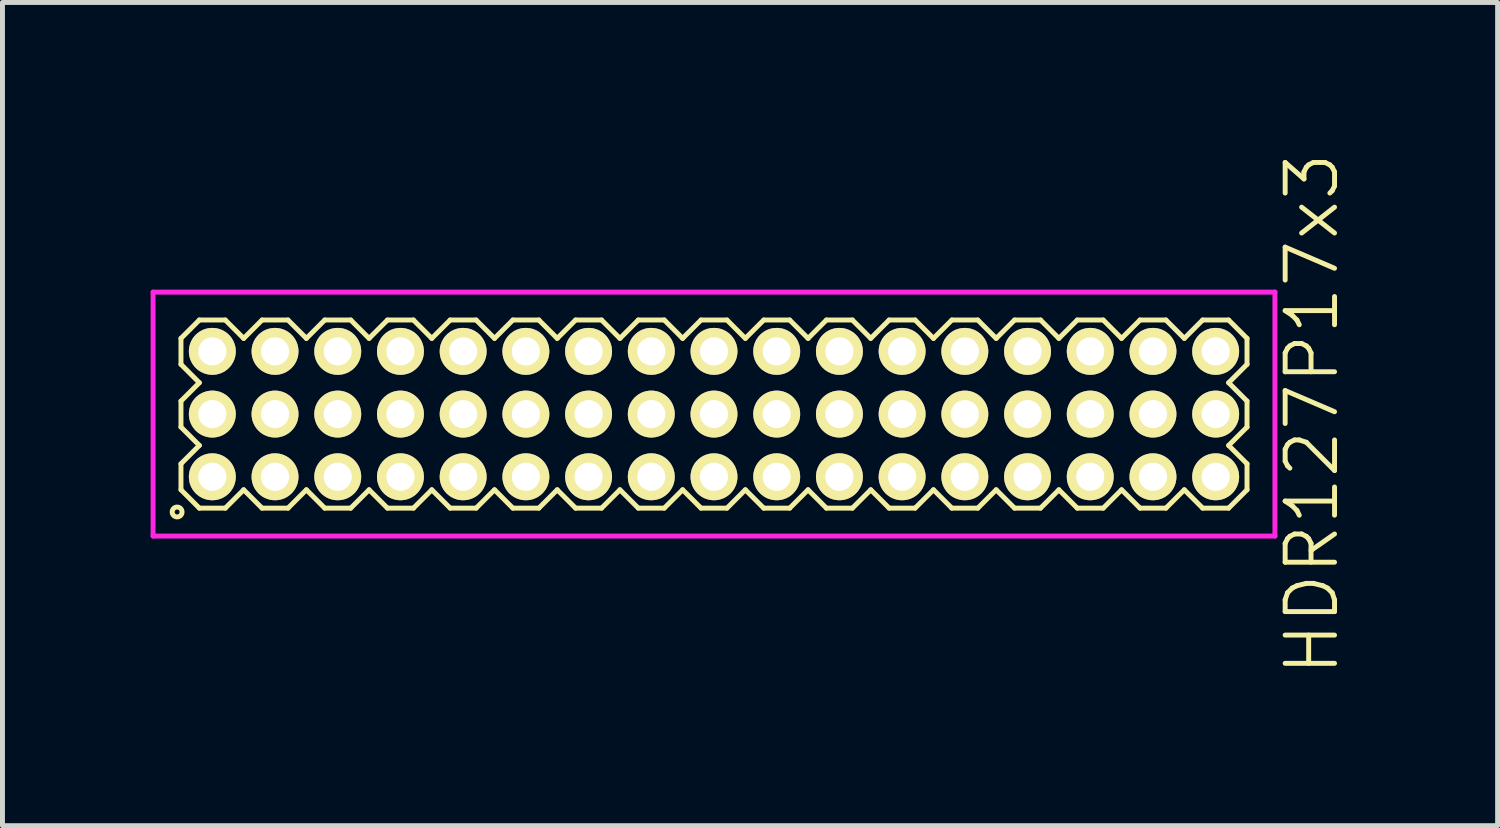
<source format=kicad_pcb>
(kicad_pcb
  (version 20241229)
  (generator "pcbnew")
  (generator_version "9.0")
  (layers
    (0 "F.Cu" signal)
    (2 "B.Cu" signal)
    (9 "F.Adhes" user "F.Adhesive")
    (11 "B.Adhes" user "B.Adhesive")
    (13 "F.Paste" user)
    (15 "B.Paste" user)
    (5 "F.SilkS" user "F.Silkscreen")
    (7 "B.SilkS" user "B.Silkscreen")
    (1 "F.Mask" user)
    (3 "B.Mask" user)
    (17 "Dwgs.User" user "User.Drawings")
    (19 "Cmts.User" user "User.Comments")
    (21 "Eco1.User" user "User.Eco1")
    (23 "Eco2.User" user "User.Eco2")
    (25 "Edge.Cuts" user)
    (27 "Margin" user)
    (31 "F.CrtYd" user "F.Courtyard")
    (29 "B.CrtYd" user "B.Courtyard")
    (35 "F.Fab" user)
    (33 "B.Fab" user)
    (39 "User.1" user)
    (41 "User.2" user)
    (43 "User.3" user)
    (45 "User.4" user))
  (footprint "HDR127P17x3"
    (layer "F.Cu")
    (at 11.41 5.336)
    (property "Reference" "HDR127P17x3" (at 12.11 0 90) (layer "F.SilkS") (effects (font (size 1 1) (thickness 0.1))))
    (attr through_hole)
    (fp_line (start -10.795 -1.533) (end -10.423 -1.905) (stroke (width 0.1) (type solid)) (layer "F.SilkS"))
    (fp_line (start -10.795 -1.007) (end -10.795 -1.533) (stroke (width 0.1) (type solid)) (layer "F.SilkS"))
    (fp_line (start -10.795 -0.263) (end -10.423 -0.635) (stroke (width 0.1) (type solid)) (layer "F.SilkS"))
    (fp_line (start -10.795 0.263) (end -10.795 -0.263) (stroke (width 0.1) (type solid)) (layer "F.SilkS"))
    (fp_line (start -10.795 1.007) (end -10.423 0.635) (stroke (width 0.1) (type solid)) (layer "F.SilkS"))
    (fp_line (start -10.795 1.533) (end -10.795 1.007) (stroke (width 0.1) (type solid)) (layer "F.SilkS"))
    (fp_line (start -10.423 -1.905) (end -9.897 -1.905) (stroke (width 0.1) (type solid)) (layer "F.SilkS"))
    (fp_line (start -10.423 -0.635) (end -10.795 -1.007) (stroke (width 0.1) (type solid)) (layer "F.SilkS"))
    (fp_line (start -10.423 0.635) (end -10.795 0.263) (stroke (width 0.1) (type solid)) (layer "F.SilkS"))
    (fp_line (start -10.423 1.905) (end -10.795 1.533) (stroke (width 0.1) (type solid)) (layer "F.SilkS"))
    (fp_line (start -9.897 -1.905) (end -9.525 -1.533) (stroke (width 0.1) (type solid)) (layer "F.SilkS"))
    (fp_line (start -9.897 1.905) (end -10.423 1.905) (stroke (width 0.1) (type solid)) (layer "F.SilkS"))
    (fp_line (start -9.525 -1.533) (end -9.153 -1.905) (stroke (width 0.1) (type solid)) (layer "F.SilkS"))
    (fp_line (start -9.525 1.533) (end -9.897 1.905) (stroke (width 0.1) (type solid)) (layer "F.SilkS"))
    (fp_line (start -9.153 -1.905) (end -8.627 -1.905) (stroke (width 0.1) (type solid)) (layer "F.SilkS"))
    (fp_line (start -9.153 1.905) (end -9.525 1.533) (stroke (width 0.1) (type solid)) (layer "F.SilkS"))
    (fp_line (start -8.627 -1.905) (end -8.255 -1.533) (stroke (width 0.1) (type solid)) (layer "F.SilkS"))
    (fp_line (start -8.627 1.905) (end -9.153 1.905) (stroke (width 0.1) (type solid)) (layer "F.SilkS"))
    (fp_line (start -8.255 -1.533) (end -7.883 -1.905) (stroke (width 0.1) (type solid)) (layer "F.SilkS"))
    (fp_line (start -8.255 1.533) (end -8.627 1.905) (stroke (width 0.1) (type solid)) (layer "F.SilkS"))
    (fp_line (start -7.883 -1.905) (end -7.357 -1.905) (stroke (width 0.1) (type solid)) (layer "F.SilkS"))
    (fp_line (start -7.883 1.905) (end -8.255 1.533) (stroke (width 0.1) (type solid)) (layer "F.SilkS"))
    (fp_line (start -7.357 -1.905) (end -6.985 -1.533) (stroke (width 0.1) (type solid)) (layer "F.SilkS"))
    (fp_line (start -7.357 1.905) (end -7.883 1.905) (stroke (width 0.1) (type solid)) (layer "F.SilkS"))
    (fp_line (start -6.985 -1.533) (end -6.613 -1.905) (stroke (width 0.1) (type solid)) (layer "F.SilkS"))
    (fp_line (start -6.985 1.533) (end -7.357 1.905) (stroke (width 0.1) (type solid)) (layer "F.SilkS"))
    (fp_line (start -6.613 -1.905) (end -6.087 -1.905) (stroke (width 0.1) (type solid)) (layer "F.SilkS"))
    (fp_line (start -6.613 1.905) (end -6.985 1.533) (stroke (width 0.1) (type solid)) (layer "F.SilkS"))
    (fp_line (start -6.087 -1.905) (end -5.715 -1.533) (stroke (width 0.1) (type solid)) (layer "F.SilkS"))
    (fp_line (start -6.087 1.905) (end -6.613 1.905) (stroke (width 0.1) (type solid)) (layer "F.SilkS"))
    (fp_line (start -5.715 -1.533) (end -5.343 -1.905) (stroke (width 0.1) (type solid)) (layer "F.SilkS"))
    (fp_line (start -5.715 1.533) (end -6.087 1.905) (stroke (width 0.1) (type solid)) (layer "F.SilkS"))
    (fp_line (start -5.343 -1.905) (end -4.817 -1.905) (stroke (width 0.1) (type solid)) (layer "F.SilkS"))
    (fp_line (start -5.343 1.905) (end -5.715 1.533) (stroke (width 0.1) (type solid)) (layer "F.SilkS"))
    (fp_line (start -4.817 -1.905) (end -4.445 -1.533) (stroke (width 0.1) (type solid)) (layer "F.SilkS"))
    (fp_line (start -4.817 1.905) (end -5.343 1.905) (stroke (width 0.1) (type solid)) (layer "F.SilkS"))
    (fp_line (start -4.445 -1.533) (end -4.073 -1.905) (stroke (width 0.1) (type solid)) (layer "F.SilkS"))
    (fp_line (start -4.445 1.533) (end -4.817 1.905) (stroke (width 0.1) (type solid)) (layer "F.SilkS"))
    (fp_line (start -4.073 -1.905) (end -3.547 -1.905) (stroke (width 0.1) (type solid)) (layer "F.SilkS"))
    (fp_line (start -4.073 1.905) (end -4.445 1.533) (stroke (width 0.1) (type solid)) (layer "F.SilkS"))
    (fp_line (start -3.547 -1.905) (end -3.175 -1.533) (stroke (width 0.1) (type solid)) (layer "F.SilkS"))
    (fp_line (start -3.547 1.905) (end -4.073 1.905) (stroke (width 0.1) (type solid)) (layer "F.SilkS"))
    (fp_line (start -3.175 -1.533) (end -2.803 -1.905) (stroke (width 0.1) (type solid)) (layer "F.SilkS"))
    (fp_line (start -3.175 1.533) (end -3.547 1.905) (stroke (width 0.1) (type solid)) (layer "F.SilkS"))
    (fp_line (start -2.803 -1.905) (end -2.277 -1.905) (stroke (width 0.1) (type solid)) (layer "F.SilkS"))
    (fp_line (start -2.803 1.905) (end -3.175 1.533) (stroke (width 0.1) (type solid)) (layer "F.SilkS"))
    (fp_line (start -2.277 -1.905) (end -1.905 -1.533) (stroke (width 0.1) (type solid)) (layer "F.SilkS"))
    (fp_line (start -2.277 1.905) (end -2.803 1.905) (stroke (width 0.1) (type solid)) (layer "F.SilkS"))
    (fp_line (start -1.905 -1.533) (end -1.533 -1.905) (stroke (width 0.1) (type solid)) (layer "F.SilkS"))
    (fp_line (start -1.905 1.533) (end -2.277 1.905) (stroke (width 0.1) (type solid)) (layer "F.SilkS"))
    (fp_line (start -1.533 -1.905) (end -1.007 -1.905) (stroke (width 0.1) (type solid)) (layer "F.SilkS"))
    (fp_line (start -1.533 1.905) (end -1.905 1.533) (stroke (width 0.1) (type solid)) (layer "F.SilkS"))
    (fp_line (start -1.007 -1.905) (end -0.635 -1.533) (stroke (width 0.1) (type solid)) (layer "F.SilkS"))
    (fp_line (start -1.007 1.905) (end -1.533 1.905) (stroke (width 0.1) (type solid)) (layer "F.SilkS"))
    (fp_line (start -0.635 -1.533) (end -0.263 -1.905) (stroke (width 0.1) (type solid)) (layer "F.SilkS"))
    (fp_line (start -0.635 1.533) (end -1.007 1.905) (stroke (width 0.1) (type solid)) (layer "F.SilkS"))
    (fp_line (start -0.263 -1.905) (end 0.263 -1.905) (stroke (width 0.1) (type solid)) (layer "F.SilkS"))
    (fp_line (start -0.263 1.905) (end -0.635 1.533) (stroke (width 0.1) (type solid)) (layer "F.SilkS"))
    (fp_line (start 0.263 -1.905) (end 0.635 -1.533) (stroke (width 0.1) (type solid)) (layer "F.SilkS"))
    (fp_line (start 0.263 1.905) (end -0.263 1.905) (stroke (width 0.1) (type solid)) (layer "F.SilkS"))
    (fp_line (start 0.635 -1.533) (end 1.007 -1.905) (stroke (width 0.1) (type solid)) (layer "F.SilkS"))
    (fp_line (start 0.635 1.533) (end 0.263 1.905) (stroke (width 0.1) (type solid)) (layer "F.SilkS"))
    (fp_line (start 1.007 -1.905) (end 1.533 -1.905) (stroke (width 0.1) (type solid)) (layer "F.SilkS"))
    (fp_line (start 1.007 1.905) (end 0.635 1.533) (stroke (width 0.1) (type solid)) (layer "F.SilkS"))
    (fp_line (start 1.533 -1.905) (end 1.905 -1.533) (stroke (width 0.1) (type solid)) (layer "F.SilkS"))
    (fp_line (start 1.533 1.905) (end 1.007 1.905) (stroke (width 0.1) (type solid)) (layer "F.SilkS"))
    (fp_line (start 1.905 -1.533) (end 2.277 -1.905) (stroke (width 0.1) (type solid)) (layer "F.SilkS"))
    (fp_line (start 1.905 1.533) (end 1.533 1.905) (stroke (width 0.1) (type solid)) (layer "F.SilkS"))
    (fp_line (start 2.277 -1.905) (end 2.803 -1.905) (stroke (width 0.1) (type solid)) (layer "F.SilkS"))
    (fp_line (start 2.277 1.905) (end 1.905 1.533) (stroke (width 0.1) (type solid)) (layer "F.SilkS"))
    (fp_line (start 2.803 -1.905) (end 3.175 -1.533) (stroke (width 0.1) (type solid)) (layer "F.SilkS"))
    (fp_line (start 2.803 1.905) (end 2.277 1.905) (stroke (width 0.1) (type solid)) (layer "F.SilkS"))
    (fp_line (start 3.175 -1.533) (end 3.547 -1.905) (stroke (width 0.1) (type solid)) (layer "F.SilkS"))
    (fp_line (start 3.175 1.533) (end 2.803 1.905) (stroke (width 0.1) (type solid)) (layer "F.SilkS"))
    (fp_line (start 3.547 -1.905) (end 4.073 -1.905) (stroke (width 0.1) (type solid)) (layer "F.SilkS"))
    (fp_line (start 3.547 1.905) (end 3.175 1.533) (stroke (width 0.1) (type solid)) (layer "F.SilkS"))
    (fp_line (start 4.073 -1.905) (end 4.445 -1.533) (stroke (width 0.1) (type solid)) (layer "F.SilkS"))
    (fp_line (start 4.073 1.905) (end 3.547 1.905) (stroke (width 0.1) (type solid)) (layer "F.SilkS"))
    (fp_line (start 4.445 -1.533) (end 4.817 -1.905) (stroke (width 0.1) (type solid)) (layer "F.SilkS"))
    (fp_line (start 4.445 1.533) (end 4.073 1.905) (stroke (width 0.1) (type solid)) (layer "F.SilkS"))
    (fp_line (start 4.817 -1.905) (end 5.343 -1.905) (stroke (width 0.1) (type solid)) (layer "F.SilkS"))
    (fp_line (start 4.817 1.905) (end 4.445 1.533) (stroke (width 0.1) (type solid)) (layer "F.SilkS"))
    (fp_line (start 5.343 -1.905) (end 5.715 -1.533) (stroke (width 0.1) (type solid)) (layer "F.SilkS"))
    (fp_line (start 5.343 1.905) (end 4.817 1.905) (stroke (width 0.1) (type solid)) (layer "F.SilkS"))
    (fp_line (start 5.715 -1.533) (end 6.087 -1.905) (stroke (width 0.1) (type solid)) (layer "F.SilkS"))
    (fp_line (start 5.715 1.533) (end 5.343 1.905) (stroke (width 0.1) (type solid)) (layer "F.SilkS"))
    (fp_line (start 6.087 -1.905) (end 6.613 -1.905) (stroke (width 0.1) (type solid)) (layer "F.SilkS"))
    (fp_line (start 6.087 1.905) (end 5.715 1.533) (stroke (width 0.1) (type solid)) (layer "F.SilkS"))
    (fp_line (start 6.613 -1.905) (end 6.985 -1.533) (stroke (width 0.1) (type solid)) (layer "F.SilkS"))
    (fp_line (start 6.613 1.905) (end 6.087 1.905) (stroke (width 0.1) (type solid)) (layer "F.SilkS"))
    (fp_line (start 6.985 -1.533) (end 7.357 -1.905) (stroke (width 0.1) (type solid)) (layer "F.SilkS"))
    (fp_line (start 6.985 1.533) (end 6.613 1.905) (stroke (width 0.1) (type solid)) (layer "F.SilkS"))
    (fp_line (start 7.357 -1.905) (end 7.883 -1.905) (stroke (width 0.1) (type solid)) (layer "F.SilkS"))
    (fp_line (start 7.357 1.905) (end 6.985 1.533) (stroke (width 0.1) (type solid)) (layer "F.SilkS"))
    (fp_line (start 7.883 -1.905) (end 8.255 -1.533) (stroke (width 0.1) (type solid)) (layer "F.SilkS"))
    (fp_line (start 7.883 1.905) (end 7.357 1.905) (stroke (width 0.1) (type solid)) (layer "F.SilkS"))
    (fp_line (start 8.255 -1.533) (end 8.627 -1.905) (stroke (width 0.1) (type solid)) (layer "F.SilkS"))
    (fp_line (start 8.255 1.533) (end 7.883 1.905) (stroke (width 0.1) (type solid)) (layer "F.SilkS"))
    (fp_line (start 8.627 -1.905) (end 9.153 -1.905) (stroke (width 0.1) (type solid)) (layer "F.SilkS"))
    (fp_line (start 8.627 1.905) (end 8.255 1.533) (stroke (width 0.1) (type solid)) (layer "F.SilkS"))
    (fp_line (start 9.153 -1.905) (end 9.525 -1.533) (stroke (width 0.1) (type solid)) (layer "F.SilkS"))
    (fp_line (start 9.153 1.905) (end 8.627 1.905) (stroke (width 0.1) (type solid)) (layer "F.SilkS"))
    (fp_line (start 9.525 -1.533) (end 9.897 -1.905) (stroke (width 0.1) (type solid)) (layer "F.SilkS"))
    (fp_line (start 9.525 1.533) (end 9.153 1.905) (stroke (width 0.1) (type solid)) (layer "F.SilkS"))
    (fp_line (start 9.897 -1.905) (end 10.423 -1.905) (stroke (width 0.1) (type solid)) (layer "F.SilkS"))
    (fp_line (start 9.897 1.905) (end 9.525 1.533) (stroke (width 0.1) (type solid)) (layer "F.SilkS"))
    (fp_line (start 10.423 -1.905) (end 10.795 -1.533) (stroke (width 0.1) (type solid)) (layer "F.SilkS"))
    (fp_line (start 10.423 -0.635) (end 10.795 -0.263) (stroke (width 0.1) (type solid)) (layer "F.SilkS"))
    (fp_line (start 10.423 0.635) (end 10.795 1.007) (stroke (width 0.1) (type solid)) (layer "F.SilkS"))
    (fp_line (start 10.423 1.905) (end 9.897 1.905) (stroke (width 0.1) (type solid)) (layer "F.SilkS"))
    (fp_line (start 10.795 -1.533) (end 10.795 -1.007) (stroke (width 0.1) (type solid)) (layer "F.SilkS"))
    (fp_line (start 10.795 -1.007) (end 10.423 -0.635) (stroke (width 0.1) (type solid)) (layer "F.SilkS"))
    (fp_line (start 10.795 -0.263) (end 10.795 0.263) (stroke (width 0.1) (type solid)) (layer "F.SilkS"))
    (fp_line (start 10.795 0.263) (end 10.423 0.635) (stroke (width 0.1) (type solid)) (layer "F.SilkS"))
    (fp_line (start 10.795 1.007) (end 10.795 1.533) (stroke (width 0.1) (type solid)) (layer "F.SilkS"))
    (fp_line (start 10.795 1.533) (end 10.423 1.905) (stroke (width 0.1) (type solid)) (layer "F.SilkS"))
    (fp_circle (center -10.873 1.983) (end -10.773 1.983) (stroke (width 0.1) (type solid)) (fill no) (layer "F.SilkS"))
    (fp_line (start -11.36 -2.47) (end -11.36 2.47) (stroke (width 0.1) (type solid)) (layer "F.CrtYd"))
    (fp_line (start -11.36 2.47) (end 11.36 2.47) (stroke (width 0.1) (type solid)) (layer "F.CrtYd"))
    (fp_line (start 11.36 -2.47) (end -11.36 -2.47) (stroke (width 0.1) (type solid)) (layer "F.CrtYd"))
    (fp_line (start 11.36 2.47) (end 11.36 -2.47) (stroke (width 0.1) (type solid)) (layer "F.CrtYd"))
    (pad "1" thru_hole oval (at -10.16 1.27) (size 0.95 0.95) (drill 0.57) (layers "*.Cu" "*.Mask" "F.SilkS"))
    (pad "2" thru_hole oval (at -10.16 0) (size 0.95 0.95) (drill 0.57) (layers "*.Cu" "*.Mask" "F.SilkS"))
    (pad "3" thru_hole oval (at -10.16 -1.27) (size 0.95 0.95) (drill 0.57) (layers "*.Cu" "*.Mask" "F.SilkS"))
    (pad "4" thru_hole oval (at -8.89 1.27) (size 0.95 0.95) (drill 0.57) (layers "*.Cu" "*.Mask" "F.SilkS"))
    (pad "5" thru_hole oval (at -8.89 0) (size 0.95 0.95) (drill 0.57) (layers "*.Cu" "*.Mask" "F.SilkS"))
    (pad "6" thru_hole oval (at -8.89 -1.27) (size 0.95 0.95) (drill 0.57) (layers "*.Cu" "*.Mask" "F.SilkS"))
    (pad "7" thru_hole oval (at -7.62 1.27) (size 0.95 0.95) (drill 0.57) (layers "*.Cu" "*.Mask" "F.SilkS"))
    (pad "8" thru_hole oval (at -7.62 0) (size 0.95 0.95) (drill 0.57) (layers "*.Cu" "*.Mask" "F.SilkS"))
    (pad "9" thru_hole oval (at -7.62 -1.27) (size 0.95 0.95) (drill 0.57) (layers "*.Cu" "*.Mask" "F.SilkS"))
    (pad "10" thru_hole oval (at -6.35 1.27) (size 0.95 0.95) (drill 0.57) (layers "*.Cu" "*.Mask" "F.SilkS"))
    (pad "11" thru_hole oval (at -6.35 0) (size 0.95 0.95) (drill 0.57) (layers "*.Cu" "*.Mask" "F.SilkS"))
    (pad "12" thru_hole oval (at -6.35 -1.27) (size 0.95 0.95) (drill 0.57) (layers "*.Cu" "*.Mask" "F.SilkS"))
    (pad "13" thru_hole oval (at -5.08 1.27) (size 0.95 0.95) (drill 0.57) (layers "*.Cu" "*.Mask" "F.SilkS"))
    (pad "14" thru_hole oval (at -5.08 0) (size 0.95 0.95) (drill 0.57) (layers "*.Cu" "*.Mask" "F.SilkS"))
    (pad "15" thru_hole oval (at -5.08 -1.27) (size 0.95 0.95) (drill 0.57) (layers "*.Cu" "*.Mask" "F.SilkS"))
    (pad "16" thru_hole oval (at -3.81 1.27) (size 0.95 0.95) (drill 0.57) (layers "*.Cu" "*.Mask" "F.SilkS"))
    (pad "17" thru_hole oval (at -3.81 0) (size 0.95 0.95) (drill 0.57) (layers "*.Cu" "*.Mask" "F.SilkS"))
    (pad "18" thru_hole oval (at -3.81 -1.27) (size 0.95 0.95) (drill 0.57) (layers "*.Cu" "*.Mask" "F.SilkS"))
    (pad "19" thru_hole oval (at -2.54 1.27) (size 0.95 0.95) (drill 0.57) (layers "*.Cu" "*.Mask" "F.SilkS"))
    (pad "20" thru_hole oval (at -2.54 0) (size 0.95 0.95) (drill 0.57) (layers "*.Cu" "*.Mask" "F.SilkS"))
    (pad "21" thru_hole oval (at -2.54 -1.27) (size 0.95 0.95) (drill 0.57) (layers "*.Cu" "*.Mask" "F.SilkS"))
    (pad "22" thru_hole oval (at -1.27 1.27) (size 0.95 0.95) (drill 0.57) (layers "*.Cu" "*.Mask" "F.SilkS"))
    (pad "23" thru_hole oval (at -1.27 0) (size 0.95 0.95) (drill 0.57) (layers "*.Cu" "*.Mask" "F.SilkS"))
    (pad "24" thru_hole oval (at -1.27 -1.27) (size 0.95 0.95) (drill 0.57) (layers "*.Cu" "*.Mask" "F.SilkS"))
    (pad "25" thru_hole oval (at 0 1.27) (size 0.95 0.95) (drill 0.57) (layers "*.Cu" "*.Mask" "F.SilkS"))
    (pad "26" thru_hole oval (at 0 0) (size 0.95 0.95) (drill 0.57) (layers "*.Cu" "*.Mask" "F.SilkS"))
    (pad "27" thru_hole oval (at 0 -1.27) (size 0.95 0.95) (drill 0.57) (layers "*.Cu" "*.Mask" "F.SilkS"))
    (pad "28" thru_hole oval (at 1.27 1.27) (size 0.95 0.95) (drill 0.57) (layers "*.Cu" "*.Mask" "F.SilkS"))
    (pad "29" thru_hole oval (at 1.27 0) (size 0.95 0.95) (drill 0.57) (layers "*.Cu" "*.Mask" "F.SilkS"))
    (pad "30" thru_hole oval (at 1.27 -1.27) (size 0.95 0.95) (drill 0.57) (layers "*.Cu" "*.Mask" "F.SilkS"))
    (pad "31" thru_hole oval (at 2.54 1.27) (size 0.95 0.95) (drill 0.57) (layers "*.Cu" "*.Mask" "F.SilkS"))
    (pad "32" thru_hole oval (at 2.54 0) (size 0.95 0.95) (drill 0.57) (layers "*.Cu" "*.Mask" "F.SilkS"))
    (pad "33" thru_hole oval (at 2.54 -1.27) (size 0.95 0.95) (drill 0.57) (layers "*.Cu" "*.Mask" "F.SilkS"))
    (pad "34" thru_hole oval (at 3.81 1.27) (size 0.95 0.95) (drill 0.57) (layers "*.Cu" "*.Mask" "F.SilkS"))
    (pad "35" thru_hole oval (at 3.81 0) (size 0.95 0.95) (drill 0.57) (layers "*.Cu" "*.Mask" "F.SilkS"))
    (pad "36" thru_hole oval (at 3.81 -1.27) (size 0.95 0.95) (drill 0.57) (layers "*.Cu" "*.Mask" "F.SilkS"))
    (pad "37" thru_hole oval (at 5.08 1.27) (size 0.95 0.95) (drill 0.57) (layers "*.Cu" "*.Mask" "F.SilkS"))
    (pad "38" thru_hole oval (at 5.08 0) (size 0.95 0.95) (drill 0.57) (layers "*.Cu" "*.Mask" "F.SilkS"))
    (pad "39" thru_hole oval (at 5.08 -1.27) (size 0.95 0.95) (drill 0.57) (layers "*.Cu" "*.Mask" "F.SilkS"))
    (pad "40" thru_hole oval (at 6.35 1.27) (size 0.95 0.95) (drill 0.57) (layers "*.Cu" "*.Mask" "F.SilkS"))
    (pad "41" thru_hole oval (at 6.35 0) (size 0.95 0.95) (drill 0.57) (layers "*.Cu" "*.Mask" "F.SilkS"))
    (pad "42" thru_hole oval (at 6.35 -1.27) (size 0.95 0.95) (drill 0.57) (layers "*.Cu" "*.Mask" "F.SilkS"))
    (pad "43" thru_hole oval (at 7.62 1.27) (size 0.95 0.95) (drill 0.57) (layers "*.Cu" "*.Mask" "F.SilkS"))
    (pad "44" thru_hole oval (at 7.62 0) (size 0.95 0.95) (drill 0.57) (layers "*.Cu" "*.Mask" "F.SilkS"))
    (pad "45" thru_hole oval (at 7.62 -1.27) (size 0.95 0.95) (drill 0.57) (layers "*.Cu" "*.Mask" "F.SilkS"))
    (pad "46" thru_hole oval (at 8.89 1.27) (size 0.95 0.95) (drill 0.57) (layers "*.Cu" "*.Mask" "F.SilkS"))
    (pad "47" thru_hole oval (at 8.89 0) (size 0.95 0.95) (drill 0.57) (layers "*.Cu" "*.Mask" "F.SilkS"))
    (pad "48" thru_hole oval (at 8.89 -1.27) (size 0.95 0.95) (drill 0.57) (layers "*.Cu" "*.Mask" "F.SilkS"))
    (pad "49" thru_hole oval (at 10.16 1.27) (size 0.95 0.95) (drill 0.57) (layers "*.Cu" "*.Mask" "F.SilkS"))
    (pad "50" thru_hole oval (at 10.16 0) (size 0.95 0.95) (drill 0.57) (layers "*.Cu" "*.Mask" "F.SilkS"))
    (pad "51" thru_hole oval (at 10.16 -1.27) (size 0.95 0.95) (drill 0.57) (layers "*.Cu" "*.Mask" "F.SilkS")))
  (gr_rect
    (start -3 -3)
    (end 27.28 13.671)
    (stroke (width 0.1) (type default))
    (fill no)
    (layer "Edge.Cuts")))
</source>
